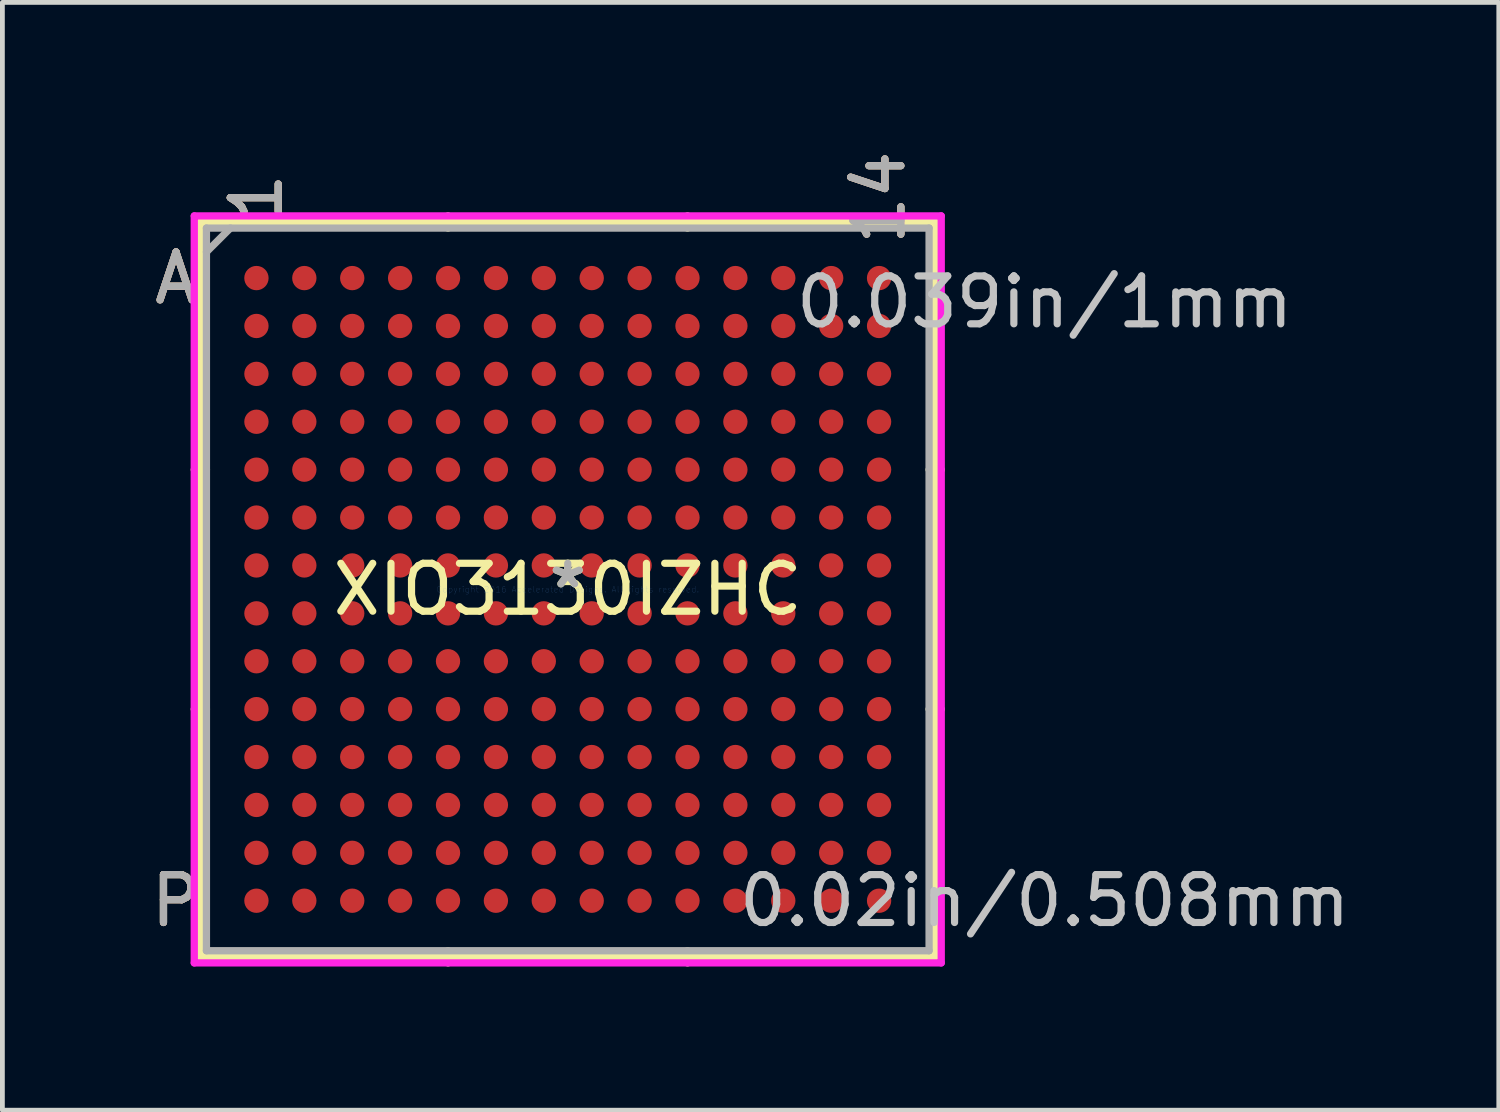
<source format=kicad_pcb>
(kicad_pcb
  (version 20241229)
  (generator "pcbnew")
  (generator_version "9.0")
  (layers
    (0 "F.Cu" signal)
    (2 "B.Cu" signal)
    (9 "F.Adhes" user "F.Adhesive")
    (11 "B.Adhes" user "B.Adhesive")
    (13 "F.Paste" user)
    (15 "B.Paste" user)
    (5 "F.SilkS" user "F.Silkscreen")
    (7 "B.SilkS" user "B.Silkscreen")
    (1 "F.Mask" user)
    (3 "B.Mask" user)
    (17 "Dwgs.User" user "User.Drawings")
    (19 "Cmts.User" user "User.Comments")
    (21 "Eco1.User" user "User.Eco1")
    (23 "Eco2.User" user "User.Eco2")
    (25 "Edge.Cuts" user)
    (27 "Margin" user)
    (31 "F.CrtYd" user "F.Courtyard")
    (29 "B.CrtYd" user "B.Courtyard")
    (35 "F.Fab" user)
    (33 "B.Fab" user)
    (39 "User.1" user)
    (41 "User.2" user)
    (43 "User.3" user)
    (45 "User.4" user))
  (footprint "XIO3130IZHC"
    (layer "F.Cu")
    (at 8.804 9.256)
    (property "Reference" "XIO3130IZHC" (at 0 0 0) (layer "F.SilkS") (effects (font (size 1 1) (thickness 0.15))))
    (attr through_hole)
    (fp_line (start -7.671 -7.671) (end -7.671 7.671) (stroke (width 0.152) (type solid)) (layer "F.SilkS"))
    (fp_line (start -7.671 7.671) (end 7.671 7.671) (stroke (width 0.152) (type solid)) (layer "F.SilkS"))
    (fp_line (start -7.544 -2.5) (end -7.798 -2.5) (stroke (width 0.152) (type solid)) (layer "F.SilkS"))
    (fp_line (start -7.544 2.5) (end -7.798 2.5) (stroke (width 0.152) (type solid)) (layer "F.SilkS"))
    (fp_line (start -2.5 -7.544) (end -2.5 -7.798) (stroke (width 0.152) (type solid)) (layer "F.SilkS"))
    (fp_line (start -2.5 7.544) (end -2.5 7.798) (stroke (width 0.152) (type solid)) (layer "F.SilkS"))
    (fp_line (start 2.5 -7.544) (end 2.5 -7.798) (stroke (width 0.152) (type solid)) (layer "F.SilkS"))
    (fp_line (start 2.5 7.544) (end 2.5 7.798) (stroke (width 0.152) (type solid)) (layer "F.SilkS"))
    (fp_line (start 7.544 -2.5) (end 7.798 -2.5) (stroke (width 0.152) (type solid)) (layer "F.SilkS"))
    (fp_line (start 7.544 2.5) (end 7.798 2.5) (stroke (width 0.152) (type solid)) (layer "F.SilkS"))
    (fp_line (start 7.671 -7.671) (end -7.671 -7.671) (stroke (width 0.152) (type solid)) (layer "F.SilkS"))
    (fp_line (start 7.671 7.671) (end 7.671 -7.671) (stroke (width 0.152) (type solid)) (layer "F.SilkS"))
    (fp_line (start -7.798 -7.798) (end 7.798 -7.798) (stroke (width 0.152) (type solid)) (layer "F.CrtYd"))
    (fp_line (start -7.798 7.798) (end -7.798 -7.798) (stroke (width 0.152) (type solid)) (layer "F.CrtYd"))
    (fp_line (start 7.798 -7.798) (end 7.798 7.798) (stroke (width 0.152) (type solid)) (layer "F.CrtYd"))
    (fp_line (start 7.798 7.798) (end -7.798 7.798) (stroke (width 0.152) (type solid)) (layer "F.CrtYd"))
    (fp_line (start -7.544 -7.544) (end -7.544 7.544) (stroke (width 0.152) (type solid)) (layer "F.Fab"))
    (fp_line (start -7.544 7.544) (end 7.544 7.544) (stroke (width 0.152) (type solid)) (layer "F.Fab"))
    (fp_line (start -7.044 -7.544) (end -7.544 -7.044) (stroke (width 0.152) (type solid)) (layer "F.Fab"))
    (fp_line (start 7.544 -7.544) (end -7.544 -7.544) (stroke (width 0.152) (type solid)) (layer "F.Fab"))
    (fp_line (start 7.544 7.544) (end 7.544 -7.544) (stroke (width 0.152) (type solid)) (layer "F.Fab"))
    (fp_text user "*" (at 0 0 0) (layer "F.SilkS") (effects (font (size 1 1) (thickness 0.15))))
    (fp_text user "A" (at -8.179 -6.5 0) (layer "F.SilkS") (effects (font (size 1 1) (thickness 0.15))))
    (fp_text user "1" (at -6.5 -8.179 90) (layer "F.SilkS") (effects (font (size 1 1) (thickness 0.15))))
    (fp_text user "P" (at -8.179 6.5 0) (layer "F.SilkS") (effects (font (size 1 1) (thickness 0.15))))
    (fp_text user "14" (at 6.5 -8.179 90) (layer "F.SilkS") (effects (font (size 1 1) (thickness 0.15))))
    (fp_text user "14" (at 6.5 -8.179 90) (layer "B.SilkS") (effects (font (size 1 1) (thickness 0.15))))
    (fp_text user "P" (at -8.179 6.5 0) (layer "B.SilkS") (effects (font (size 1 1) (thickness 0.15))))
    (fp_text user "A" (at -8.179 -6.5 0) (layer "B.SilkS") (effects (font (size 1 1) (thickness 0.15))))
    (fp_text user "1" (at -6.5 -8.179 90) (layer "B.SilkS") (effects (font (size 1 1) (thickness 0.15))))
    (fp_text user "0.039in/1mm" (at 9.957 -6 0) (layer "Dwgs.User") (effects (font (size 1 1) (thickness 0.15))))
    (fp_text user "0.02in/0.508mm" (at 9.957 6.5 0) (layer "Dwgs.User") (effects (font (size 1 1) (thickness 0.15))))
    (fp_text user "Copyright 2016 Accelerated Designs. All rights reserved." (at 0 0 0) (layer "Cmts.User") (effects (font (size 0.127 0.127) (thickness 0.002))))
    (fp_text user "14" (at 6.5 -8.179 90) (layer "F.Fab") (effects (font (size 1 1) (thickness 0.15))))
    (fp_text user "*" (at 0 0 0) (layer "F.Fab") (effects (font (size 1 1) (thickness 0.15))))
    (fp_text user "P" (at -8.179 6.5 0) (layer "F.Fab") (effects (font (size 1 1) (thickness 0.15))))
    (fp_text user "1" (at -6.5 -8.179 90) (layer "F.Fab") (effects (font (size 1 1) (thickness 0.15))))
    (fp_text user "A" (at -8.179 -6.5 0) (layer "F.Fab") (effects (font (size 1 1) (thickness 0.15))))
    (pad "A1" smd circle (at -6.5 -6.5) (size 0.508 0.508) (layers "F.Cu" "F.Mask" "F.Paste"))
    (pad "A2" smd circle (at -5.5 -6.5) (size 0.508 0.508) (layers "F.Cu" "F.Mask" "F.Paste"))
    (pad "A3" smd circle (at -4.5 -6.5) (size 0.508 0.508) (layers "F.Cu" "F.Mask" "F.Paste"))
    (pad "A4" smd circle (at -3.5 -6.5) (size 0.508 0.508) (layers "F.Cu" "F.Mask" "F.Paste"))
    (pad "A5" smd circle (at -2.5 -6.5) (size 0.508 0.508) (layers "F.Cu" "F.Mask" "F.Paste"))
    (pad "A6" smd circle (at -1.5 -6.5) (size 0.508 0.508) (layers "F.Cu" "F.Mask" "F.Paste"))
    (pad "A7" smd circle (at -0.5 -6.5) (size 0.508 0.508) (layers "F.Cu" "F.Mask" "F.Paste"))
    (pad "A8" smd circle (at 0.5 -6.5) (size 0.508 0.508) (layers "F.Cu" "F.Mask" "F.Paste"))
    (pad "A9" smd circle (at 1.5 -6.5) (size 0.508 0.508) (layers "F.Cu" "F.Mask" "F.Paste"))
    (pad "A10" smd circle (at 2.5 -6.5) (size 0.508 0.508) (layers "F.Cu" "F.Mask" "F.Paste"))
    (pad "A11" smd circle (at 3.5 -6.5) (size 0.508 0.508) (layers "F.Cu" "F.Mask" "F.Paste"))
    (pad "A12" smd circle (at 4.5 -6.5) (size 0.508 0.508) (layers "F.Cu" "F.Mask" "F.Paste"))
    (pad "A13" smd circle (at 5.5 -6.5) (size 0.508 0.508) (layers "F.Cu" "F.Mask" "F.Paste"))
    (pad "A14" smd circle (at 6.5 -6.5) (size 0.508 0.508) (layers "F.Cu" "F.Mask" "F.Paste"))
    (pad "B1" smd circle (at -6.5 -5.5) (size 0.508 0.508) (layers "F.Cu" "F.Mask" "F.Paste"))
    (pad "B2" smd circle (at -5.5 -5.5) (size 0.508 0.508) (layers "F.Cu" "F.Mask" "F.Paste"))
    (pad "B3" smd circle (at -4.5 -5.5) (size 0.508 0.508) (layers "F.Cu" "F.Mask" "F.Paste"))
    (pad "B4" smd circle (at -3.5 -5.5) (size 0.508 0.508) (layers "F.Cu" "F.Mask" "F.Paste"))
    (pad "B5" smd circle (at -2.5 -5.5) (size 0.508 0.508) (layers "F.Cu" "F.Mask" "F.Paste"))
    (pad "B6" smd circle (at -1.5 -5.5) (size 0.508 0.508) (layers "F.Cu" "F.Mask" "F.Paste"))
    (pad "B7" smd circle (at -0.5 -5.5) (size 0.508 0.508) (layers "F.Cu" "F.Mask" "F.Paste"))
    (pad "B8" smd circle (at 0.5 -5.5) (size 0.508 0.508) (layers "F.Cu" "F.Mask" "F.Paste"))
    (pad "B9" smd circle (at 1.5 -5.5) (size 0.508 0.508) (layers "F.Cu" "F.Mask" "F.Paste"))
    (pad "B10" smd circle (at 2.5 -5.5) (size 0.508 0.508) (layers "F.Cu" "F.Mask" "F.Paste"))
    (pad "B11" smd circle (at 3.5 -5.5) (size 0.508 0.508) (layers "F.Cu" "F.Mask" "F.Paste"))
    (pad "B12" smd circle (at 4.5 -5.5) (size 0.508 0.508) (layers "F.Cu" "F.Mask" "F.Paste"))
    (pad "B13" smd circle (at 5.5 -5.5) (size 0.508 0.508) (layers "F.Cu" "F.Mask" "F.Paste"))
    (pad "B14" smd circle (at 6.5 -5.5) (size 0.508 0.508) (layers "F.Cu" "F.Mask" "F.Paste"))
    (pad "C1" smd circle (at -6.5 -4.5) (size 0.508 0.508) (layers "F.Cu" "F.Mask" "F.Paste"))
    (pad "C2" smd circle (at -5.5 -4.5) (size 0.508 0.508) (layers "F.Cu" "F.Mask" "F.Paste"))
    (pad "C3" smd circle (at -4.5 -4.5) (size 0.508 0.508) (layers "F.Cu" "F.Mask" "F.Paste"))
    (pad "C4" smd circle (at -3.5 -4.5) (size 0.508 0.508) (layers "F.Cu" "F.Mask" "F.Paste"))
    (pad "C5" smd circle (at -2.5 -4.5) (size 0.508 0.508) (layers "F.Cu" "F.Mask" "F.Paste"))
    (pad "C6" smd circle (at -1.5 -4.5) (size 0.508 0.508) (layers "F.Cu" "F.Mask" "F.Paste"))
    (pad "C7" smd circle (at -0.5 -4.5) (size 0.508 0.508) (layers "F.Cu" "F.Mask" "F.Paste"))
    (pad "C8" smd circle (at 0.5 -4.5) (size 0.508 0.508) (layers "F.Cu" "F.Mask" "F.Paste"))
    (pad "C9" smd circle (at 1.5 -4.5) (size 0.508 0.508) (layers "F.Cu" "F.Mask" "F.Paste"))
    (pad "C10" smd circle (at 2.5 -4.5) (size 0.508 0.508) (layers "F.Cu" "F.Mask" "F.Paste"))
    (pad "C11" smd circle (at 3.5 -4.5) (size 0.508 0.508) (layers "F.Cu" "F.Mask" "F.Paste"))
    (pad "C12" smd circle (at 4.5 -4.5) (size 0.508 0.508) (layers "F.Cu" "F.Mask" "F.Paste"))
    (pad "C13" smd circle (at 5.5 -4.5) (size 0.508 0.508) (layers "F.Cu" "F.Mask" "F.Paste"))
    (pad "C14" smd circle (at 6.5 -4.5) (size 0.508 0.508) (layers "F.Cu" "F.Mask" "F.Paste"))
    (pad "D1" smd circle (at -6.5 -3.5) (size 0.508 0.508) (layers "F.Cu" "F.Mask" "F.Paste"))
    (pad "D2" smd circle (at -5.5 -3.5) (size 0.508 0.508) (layers "F.Cu" "F.Mask" "F.Paste"))
    (pad "D3" smd circle (at -4.5 -3.5) (size 0.508 0.508) (layers "F.Cu" "F.Mask" "F.Paste"))
    (pad "D4" smd circle (at -3.5 -3.5) (size 0.508 0.508) (layers "F.Cu" "F.Mask" "F.Paste"))
    (pad "D5" smd circle (at -2.5 -3.5) (size 0.508 0.508) (layers "F.Cu" "F.Mask" "F.Paste"))
    (pad "D6" smd circle (at -1.5 -3.5) (size 0.508 0.508) (layers "F.Cu" "F.Mask" "F.Paste"))
    (pad "D7" smd circle (at -0.5 -3.5) (size 0.508 0.508) (layers "F.Cu" "F.Mask" "F.Paste"))
    (pad "D8" smd circle (at 0.5 -3.5) (size 0.508 0.508) (layers "F.Cu" "F.Mask" "F.Paste"))
    (pad "D9" smd circle (at 1.5 -3.5) (size 0.508 0.508) (layers "F.Cu" "F.Mask" "F.Paste"))
    (pad "D10" smd circle (at 2.5 -3.5) (size 0.508 0.508) (layers "F.Cu" "F.Mask" "F.Paste"))
    (pad "D11" smd circle (at 3.5 -3.5) (size 0.508 0.508) (layers "F.Cu" "F.Mask" "F.Paste"))
    (pad "D12" smd circle (at 4.5 -3.5) (size 0.508 0.508) (layers "F.Cu" "F.Mask" "F.Paste"))
    (pad "D13" smd circle (at 5.5 -3.5) (size 0.508 0.508) (layers "F.Cu" "F.Mask" "F.Paste"))
    (pad "D14" smd circle (at 6.5 -3.5) (size 0.508 0.508) (layers "F.Cu" "F.Mask" "F.Paste"))
    (pad "E1" smd circle (at -6.5 -2.5) (size 0.508 0.508) (layers "F.Cu" "F.Mask" "F.Paste"))
    (pad "E2" smd circle (at -5.5 -2.5) (size 0.508 0.508) (layers "F.Cu" "F.Mask" "F.Paste"))
    (pad "E3" smd circle (at -4.5 -2.5) (size 0.508 0.508) (layers "F.Cu" "F.Mask" "F.Paste"))
    (pad "E4" smd circle (at -3.5 -2.5) (size 0.508 0.508) (layers "F.Cu" "F.Mask" "F.Paste"))
    (pad "E5" smd circle (at -2.5 -2.5) (size 0.508 0.508) (layers "F.Cu" "F.Mask" "F.Paste"))
    (pad "E6" smd circle (at -1.5 -2.5) (size 0.508 0.508) (layers "F.Cu" "F.Mask" "F.Paste"))
    (pad "E7" smd circle (at -0.5 -2.5) (size 0.508 0.508) (layers "F.Cu" "F.Mask" "F.Paste"))
    (pad "E8" smd circle (at 0.5 -2.5) (size 0.508 0.508) (layers "F.Cu" "F.Mask" "F.Paste"))
    (pad "E9" smd circle (at 1.5 -2.5) (size 0.508 0.508) (layers "F.Cu" "F.Mask" "F.Paste"))
    (pad "E10" smd circle (at 2.5 -2.5) (size 0.508 0.508) (layers "F.Cu" "F.Mask" "F.Paste"))
    (pad "E11" smd circle (at 3.5 -2.5) (size 0.508 0.508) (layers "F.Cu" "F.Mask" "F.Paste"))
    (pad "E12" smd circle (at 4.5 -2.5) (size 0.508 0.508) (layers "F.Cu" "F.Mask" "F.Paste"))
    (pad "E13" smd circle (at 5.5 -2.5) (size 0.508 0.508) (layers "F.Cu" "F.Mask" "F.Paste"))
    (pad "E14" smd circle (at 6.5 -2.5) (size 0.508 0.508) (layers "F.Cu" "F.Mask" "F.Paste"))
    (pad "F1" smd circle (at -6.5 -1.5) (size 0.508 0.508) (layers "F.Cu" "F.Mask" "F.Paste"))
    (pad "F2" smd circle (at -5.5 -1.5) (size 0.508 0.508) (layers "F.Cu" "F.Mask" "F.Paste"))
    (pad "F3" smd circle (at -4.5 -1.5) (size 0.508 0.508) (layers "F.Cu" "F.Mask" "F.Paste"))
    (pad "F4" smd circle (at -3.5 -1.5) (size 0.508 0.508) (layers "F.Cu" "F.Mask" "F.Paste"))
    (pad "F5" smd circle (at -2.5 -1.5) (size 0.508 0.508) (layers "F.Cu" "F.Mask" "F.Paste"))
    (pad "F6" smd circle (at -1.5 -1.5) (size 0.508 0.508) (layers "F.Cu" "F.Mask" "F.Paste"))
    (pad "F7" smd circle (at -0.5 -1.5) (size 0.508 0.508) (layers "F.Cu" "F.Mask" "F.Paste"))
    (pad "F8" smd circle (at 0.5 -1.5) (size 0.508 0.508) (layers "F.Cu" "F.Mask" "F.Paste"))
    (pad "F9" smd circle (at 1.5 -1.5) (size 0.508 0.508) (layers "F.Cu" "F.Mask" "F.Paste"))
    (pad "F10" smd circle (at 2.5 -1.5) (size 0.508 0.508) (layers "F.Cu" "F.Mask" "F.Paste"))
    (pad "F11" smd circle (at 3.5 -1.5) (size 0.508 0.508) (layers "F.Cu" "F.Mask" "F.Paste"))
    (pad "F12" smd circle (at 4.5 -1.5) (size 0.508 0.508) (layers "F.Cu" "F.Mask" "F.Paste"))
    (pad "F13" smd circle (at 5.5 -1.5) (size 0.508 0.508) (layers "F.Cu" "F.Mask" "F.Paste"))
    (pad "F14" smd circle (at 6.5 -1.5) (size 0.508 0.508) (layers "F.Cu" "F.Mask" "F.Paste"))
    (pad "G1" smd circle (at -6.5 -0.5) (size 0.508 0.508) (layers "F.Cu" "F.Mask" "F.Paste"))
    (pad "G2" smd circle (at -5.5 -0.5) (size 0.508 0.508) (layers "F.Cu" "F.Mask" "F.Paste"))
    (pad "G3" smd circle (at -4.5 -0.5) (size 0.508 0.508) (layers "F.Cu" "F.Mask" "F.Paste"))
    (pad "G4" smd circle (at -3.5 -0.5) (size 0.508 0.508) (layers "F.Cu" "F.Mask" "F.Paste"))
    (pad "G5" smd circle (at -2.5 -0.5) (size 0.508 0.508) (layers "F.Cu" "F.Mask" "F.Paste"))
    (pad "G6" smd circle (at -1.5 -0.5) (size 0.508 0.508) (layers "F.Cu" "F.Mask" "F.Paste"))
    (pad "G7" smd circle (at -0.5 -0.5) (size 0.508 0.508) (layers "F.Cu" "F.Mask" "F.Paste"))
    (pad "G8" smd circle (at 0.5 -0.5) (size 0.508 0.508) (layers "F.Cu" "F.Mask" "F.Paste"))
    (pad "G9" smd circle (at 1.5 -0.5) (size 0.508 0.508) (layers "F.Cu" "F.Mask" "F.Paste"))
    (pad "G10" smd circle (at 2.5 -0.5) (size 0.508 0.508) (layers "F.Cu" "F.Mask" "F.Paste"))
    (pad "G11" smd circle (at 3.5 -0.5) (size 0.508 0.508) (layers "F.Cu" "F.Mask" "F.Paste"))
    (pad "G12" smd circle (at 4.5 -0.5) (size 0.508 0.508) (layers "F.Cu" "F.Mask" "F.Paste"))
    (pad "G13" smd circle (at 5.5 -0.5) (size 0.508 0.508) (layers "F.Cu" "F.Mask" "F.Paste"))
    (pad "G14" smd circle (at 6.5 -0.5) (size 0.508 0.508) (layers "F.Cu" "F.Mask" "F.Paste"))
    (pad "H1" smd circle (at -6.5 0.5) (size 0.508 0.508) (layers "F.Cu" "F.Mask" "F.Paste"))
    (pad "H2" smd circle (at -5.5 0.5) (size 0.508 0.508) (layers "F.Cu" "F.Mask" "F.Paste"))
    (pad "H3" smd circle (at -4.5 0.5) (size 0.508 0.508) (layers "F.Cu" "F.Mask" "F.Paste"))
    (pad "H4" smd circle (at -3.5 0.5) (size 0.508 0.508) (layers "F.Cu" "F.Mask" "F.Paste"))
    (pad "H5" smd circle (at -2.5 0.5) (size 0.508 0.508) (layers "F.Cu" "F.Mask" "F.Paste"))
    (pad "H6" smd circle (at -1.5 0.5) (size 0.508 0.508) (layers "F.Cu" "F.Mask" "F.Paste"))
    (pad "H7" smd circle (at -0.5 0.5) (size 0.508 0.508) (layers "F.Cu" "F.Mask" "F.Paste"))
    (pad "H8" smd circle (at 0.5 0.5) (size 0.508 0.508) (layers "F.Cu" "F.Mask" "F.Paste"))
    (pad "H9" smd circle (at 1.5 0.5) (size 0.508 0.508) (layers "F.Cu" "F.Mask" "F.Paste"))
    (pad "H10" smd circle (at 2.5 0.5) (size 0.508 0.508) (layers "F.Cu" "F.Mask" "F.Paste"))
    (pad "H11" smd circle (at 3.5 0.5) (size 0.508 0.508) (layers "F.Cu" "F.Mask" "F.Paste"))
    (pad "H12" smd circle (at 4.5 0.5) (size 0.508 0.508) (layers "F.Cu" "F.Mask" "F.Paste"))
    (pad "H13" smd circle (at 5.5 0.5) (size 0.508 0.508) (layers "F.Cu" "F.Mask" "F.Paste"))
    (pad "H14" smd circle (at 6.5 0.5) (size 0.508 0.508) (layers "F.Cu" "F.Mask" "F.Paste"))
    (pad "J1" smd circle (at -6.5 1.5) (size 0.508 0.508) (layers "F.Cu" "F.Mask" "F.Paste"))
    (pad "J2" smd circle (at -5.5 1.5) (size 0.508 0.508) (layers "F.Cu" "F.Mask" "F.Paste"))
    (pad "J3" smd circle (at -4.5 1.5) (size 0.508 0.508) (layers "F.Cu" "F.Mask" "F.Paste"))
    (pad "J4" smd circle (at -3.5 1.5) (size 0.508 0.508) (layers "F.Cu" "F.Mask" "F.Paste"))
    (pad "J5" smd circle (at -2.5 1.5) (size 0.508 0.508) (layers "F.Cu" "F.Mask" "F.Paste"))
    (pad "J6" smd circle (at -1.5 1.5) (size 0.508 0.508) (layers "F.Cu" "F.Mask" "F.Paste"))
    (pad "J7" smd circle (at -0.5 1.5) (size 0.508 0.508) (layers "F.Cu" "F.Mask" "F.Paste"))
    (pad "J8" smd circle (at 0.5 1.5) (size 0.508 0.508) (layers "F.Cu" "F.Mask" "F.Paste"))
    (pad "J9" smd circle (at 1.5 1.5) (size 0.508 0.508) (layers "F.Cu" "F.Mask" "F.Paste"))
    (pad "J10" smd circle (at 2.5 1.5) (size 0.508 0.508) (layers "F.Cu" "F.Mask" "F.Paste"))
    (pad "J11" smd circle (at 3.5 1.5) (size 0.508 0.508) (layers "F.Cu" "F.Mask" "F.Paste"))
    (pad "J12" smd circle (at 4.5 1.5) (size 0.508 0.508) (layers "F.Cu" "F.Mask" "F.Paste"))
    (pad "J13" smd circle (at 5.5 1.5) (size 0.508 0.508) (layers "F.Cu" "F.Mask" "F.Paste"))
    (pad "J14" smd circle (at 6.5 1.5) (size 0.508 0.508) (layers "F.Cu" "F.Mask" "F.Paste"))
    (pad "K1" smd circle (at -6.5 2.5) (size 0.508 0.508) (layers "F.Cu" "F.Mask" "F.Paste"))
    (pad "K2" smd circle (at -5.5 2.5) (size 0.508 0.508) (layers "F.Cu" "F.Mask" "F.Paste"))
    (pad "K3" smd circle (at -4.5 2.5) (size 0.508 0.508) (layers "F.Cu" "F.Mask" "F.Paste"))
    (pad "K4" smd circle (at -3.5 2.5) (size 0.508 0.508) (layers "F.Cu" "F.Mask" "F.Paste"))
    (pad "K5" smd circle (at -2.5 2.5) (size 0.508 0.508) (layers "F.Cu" "F.Mask" "F.Paste"))
    (pad "K6" smd circle (at -1.5 2.5) (size 0.508 0.508) (layers "F.Cu" "F.Mask" "F.Paste"))
    (pad "K7" smd circle (at -0.5 2.5) (size 0.508 0.508) (layers "F.Cu" "F.Mask" "F.Paste"))
    (pad "K8" smd circle (at 0.5 2.5) (size 0.508 0.508) (layers "F.Cu" "F.Mask" "F.Paste"))
    (pad "K9" smd circle (at 1.5 2.5) (size 0.508 0.508) (layers "F.Cu" "F.Mask" "F.Paste"))
    (pad "K10" smd circle (at 2.5 2.5) (size 0.508 0.508) (layers "F.Cu" "F.Mask" "F.Paste"))
    (pad "K11" smd circle (at 3.5 2.5) (size 0.508 0.508) (layers "F.Cu" "F.Mask" "F.Paste"))
    (pad "K12" smd circle (at 4.5 2.5) (size 0.508 0.508) (layers "F.Cu" "F.Mask" "F.Paste"))
    (pad "K13" smd circle (at 5.5 2.5) (size 0.508 0.508) (layers "F.Cu" "F.Mask" "F.Paste"))
    (pad "K14" smd circle (at 6.5 2.5) (size 0.508 0.508) (layers "F.Cu" "F.Mask" "F.Paste"))
    (pad "L1" smd circle (at -6.5 3.5) (size 0.508 0.508) (layers "F.Cu" "F.Mask" "F.Paste"))
    (pad "L2" smd circle (at -5.5 3.5) (size 0.508 0.508) (layers "F.Cu" "F.Mask" "F.Paste"))
    (pad "L3" smd circle (at -4.5 3.5) (size 0.508 0.508) (layers "F.Cu" "F.Mask" "F.Paste"))
    (pad "L4" smd circle (at -3.5 3.5) (size 0.508 0.508) (layers "F.Cu" "F.Mask" "F.Paste"))
    (pad "L5" smd circle (at -2.5 3.5) (size 0.508 0.508) (layers "F.Cu" "F.Mask" "F.Paste"))
    (pad "L6" smd circle (at -1.5 3.5) (size 0.508 0.508) (layers "F.Cu" "F.Mask" "F.Paste"))
    (pad "L7" smd circle (at -0.5 3.5) (size 0.508 0.508) (layers "F.Cu" "F.Mask" "F.Paste"))
    (pad "L8" smd circle (at 0.5 3.5) (size 0.508 0.508) (layers "F.Cu" "F.Mask" "F.Paste"))
    (pad "L9" smd circle (at 1.5 3.5) (size 0.508 0.508) (layers "F.Cu" "F.Mask" "F.Paste"))
    (pad "L10" smd circle (at 2.5 3.5) (size 0.508 0.508) (layers "F.Cu" "F.Mask" "F.Paste"))
    (pad "L11" smd circle (at 3.5 3.5) (size 0.508 0.508) (layers "F.Cu" "F.Mask" "F.Paste"))
    (pad "L12" smd circle (at 4.5 3.5) (size 0.508 0.508) (layers "F.Cu" "F.Mask" "F.Paste"))
    (pad "L13" smd circle (at 5.5 3.5) (size 0.508 0.508) (layers "F.Cu" "F.Mask" "F.Paste"))
    (pad "L14" smd circle (at 6.5 3.5) (size 0.508 0.508) (layers "F.Cu" "F.Mask" "F.Paste"))
    (pad "M1" smd circle (at -6.5 4.5) (size 0.508 0.508) (layers "F.Cu" "F.Mask" "F.Paste"))
    (pad "M2" smd circle (at -5.5 4.5) (size 0.508 0.508) (layers "F.Cu" "F.Mask" "F.Paste"))
    (pad "M3" smd circle (at -4.5 4.5) (size 0.508 0.508) (layers "F.Cu" "F.Mask" "F.Paste"))
    (pad "M4" smd circle (at -3.5 4.5) (size 0.508 0.508) (layers "F.Cu" "F.Mask" "F.Paste"))
    (pad "M5" smd circle (at -2.5 4.5) (size 0.508 0.508) (layers "F.Cu" "F.Mask" "F.Paste"))
    (pad "M6" smd circle (at -1.5 4.5) (size 0.508 0.508) (layers "F.Cu" "F.Mask" "F.Paste"))
    (pad "M7" smd circle (at -0.5 4.5) (size 0.508 0.508) (layers "F.Cu" "F.Mask" "F.Paste"))
    (pad "M8" smd circle (at 0.5 4.5) (size 0.508 0.508) (layers "F.Cu" "F.Mask" "F.Paste"))
    (pad "M9" smd circle (at 1.5 4.5) (size 0.508 0.508) (layers "F.Cu" "F.Mask" "F.Paste"))
    (pad "M10" smd circle (at 2.5 4.5) (size 0.508 0.508) (layers "F.Cu" "F.Mask" "F.Paste"))
    (pad "M11" smd circle (at 3.5 4.5) (size 0.508 0.508) (layers "F.Cu" "F.Mask" "F.Paste"))
    (pad "M12" smd circle (at 4.5 4.5) (size 0.508 0.508) (layers "F.Cu" "F.Mask" "F.Paste"))
    (pad "M13" smd circle (at 5.5 4.5) (size 0.508 0.508) (layers "F.Cu" "F.Mask" "F.Paste"))
    (pad "M14" smd circle (at 6.5 4.5) (size 0.508 0.508) (layers "F.Cu" "F.Mask" "F.Paste"))
    (pad "N1" smd circle (at -6.5 5.5) (size 0.508 0.508) (layers "F.Cu" "F.Mask" "F.Paste"))
    (pad "N2" smd circle (at -5.5 5.5) (size 0.508 0.508) (layers "F.Cu" "F.Mask" "F.Paste"))
    (pad "N3" smd circle (at -4.5 5.5) (size 0.508 0.508) (layers "F.Cu" "F.Mask" "F.Paste"))
    (pad "N4" smd circle (at -3.5 5.5) (size 0.508 0.508) (layers "F.Cu" "F.Mask" "F.Paste"))
    (pad "N5" smd circle (at -2.5 5.5) (size 0.508 0.508) (layers "F.Cu" "F.Mask" "F.Paste"))
    (pad "N6" smd circle (at -1.5 5.5) (size 0.508 0.508) (layers "F.Cu" "F.Mask" "F.Paste"))
    (pad "N7" smd circle (at -0.5 5.5) (size 0.508 0.508) (layers "F.Cu" "F.Mask" "F.Paste"))
    (pad "N8" smd circle (at 0.5 5.5) (size 0.508 0.508) (layers "F.Cu" "F.Mask" "F.Paste"))
    (pad "N9" smd circle (at 1.5 5.5) (size 0.508 0.508) (layers "F.Cu" "F.Mask" "F.Paste"))
    (pad "N10" smd circle (at 2.5 5.5) (size 0.508 0.508) (layers "F.Cu" "F.Mask" "F.Paste"))
    (pad "N11" smd circle (at 3.5 5.5) (size 0.508 0.508) (layers "F.Cu" "F.Mask" "F.Paste"))
    (pad "N12" smd circle (at 4.5 5.5) (size 0.508 0.508) (layers "F.Cu" "F.Mask" "F.Paste"))
    (pad "N13" smd circle (at 5.5 5.5) (size 0.508 0.508) (layers "F.Cu" "F.Mask" "F.Paste"))
    (pad "N14" smd circle (at 6.5 5.5) (size 0.508 0.508) (layers "F.Cu" "F.Mask" "F.Paste"))
    (pad "P1" smd circle (at -6.5 6.5) (size 0.508 0.508) (layers "F.Cu" "F.Mask" "F.Paste"))
    (pad "P2" smd circle (at -5.5 6.5) (size 0.508 0.508) (layers "F.Cu" "F.Mask" "F.Paste"))
    (pad "P3" smd circle (at -4.5 6.5) (size 0.508 0.508) (layers "F.Cu" "F.Mask" "F.Paste"))
    (pad "P4" smd circle (at -3.5 6.5) (size 0.508 0.508) (layers "F.Cu" "F.Mask" "F.Paste"))
    (pad "P5" smd circle (at -2.5 6.5) (size 0.508 0.508) (layers "F.Cu" "F.Mask" "F.Paste"))
    (pad "P6" smd circle (at -1.5 6.5) (size 0.508 0.508) (layers "F.Cu" "F.Mask" "F.Paste"))
    (pad "P7" smd circle (at -0.5 6.5) (size 0.508 0.508) (layers "F.Cu" "F.Mask" "F.Paste"))
    (pad "P8" smd circle (at 0.5 6.5) (size 0.508 0.508) (layers "F.Cu" "F.Mask" "F.Paste"))
    (pad "P9" smd circle (at 1.5 6.5) (size 0.508 0.508) (layers "F.Cu" "F.Mask" "F.Paste"))
    (pad "P10" smd circle (at 2.5 6.5) (size 0.508 0.508) (layers "F.Cu" "F.Mask" "F.Paste"))
    (pad "P11" smd circle (at 3.5 6.5) (size 0.508 0.508) (layers "F.Cu" "F.Mask" "F.Paste"))
    (pad "P12" smd circle (at 4.5 6.5) (size 0.508 0.508) (layers "F.Cu" "F.Mask" "F.Paste"))
    (pad "P13" smd circle (at 5.5 6.5) (size 0.508 0.508) (layers "F.Cu" "F.Mask" "F.Paste"))
    (pad "P14" smd circle (at 6.5 6.5) (size 0.508 0.508) (layers "F.Cu" "F.Mask" "F.Paste")))
  (gr_rect
    (start -3 -3)
    (end 28.243 20.13)
    (stroke (width 0.1) (type default))
    (fill no)
    (layer "Edge.Cuts")))
</source>
